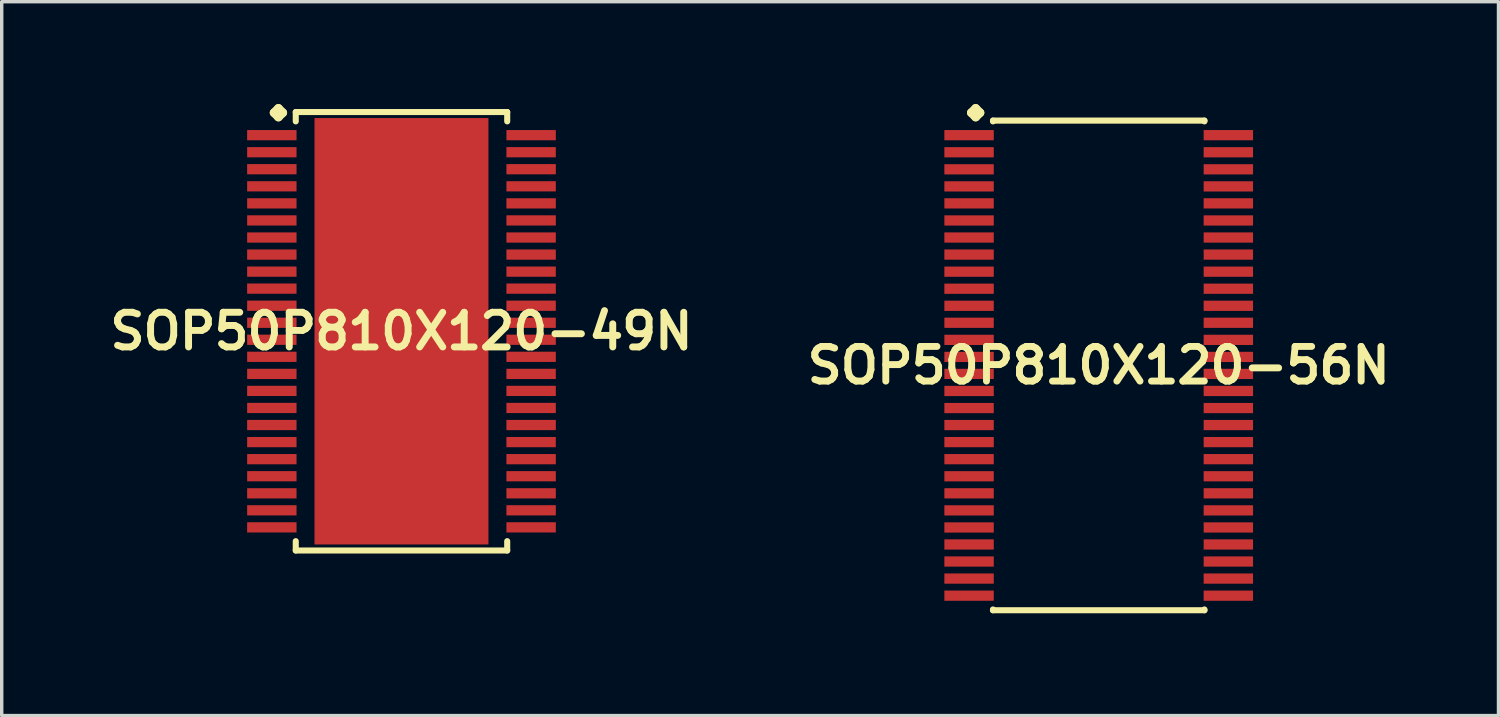
<source format=kicad_pcb>
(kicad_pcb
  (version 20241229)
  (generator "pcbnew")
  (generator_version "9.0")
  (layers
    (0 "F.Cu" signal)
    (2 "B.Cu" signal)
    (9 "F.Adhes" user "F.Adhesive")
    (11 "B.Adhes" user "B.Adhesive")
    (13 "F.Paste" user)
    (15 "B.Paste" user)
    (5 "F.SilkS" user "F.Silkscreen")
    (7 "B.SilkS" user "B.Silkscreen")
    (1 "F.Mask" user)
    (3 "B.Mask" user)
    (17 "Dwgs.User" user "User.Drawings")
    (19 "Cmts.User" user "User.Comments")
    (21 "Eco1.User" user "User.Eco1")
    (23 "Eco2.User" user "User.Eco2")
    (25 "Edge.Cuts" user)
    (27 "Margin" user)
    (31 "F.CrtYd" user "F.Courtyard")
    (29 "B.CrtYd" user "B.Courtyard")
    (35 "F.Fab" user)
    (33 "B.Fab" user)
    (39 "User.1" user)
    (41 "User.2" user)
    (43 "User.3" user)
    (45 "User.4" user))
  (footprint "SOP50P810X120-49N"
    (layer "F.Cu")
    (at 8.718 6.66)
    (property "Reference" "SOP50P810X120-49N" (at 0 0 0) (layer "F.SilkS") (effects (font (size 1.016 1.016) (thickness 0.203))))
    (attr smd)
    (fp_line (start -3.734 -6.406) (end -3.607 -6.533) (stroke (width 0.254) (type solid)) (layer "F.SilkS"))
    (fp_line (start -3.607 -6.533) (end -3.48 -6.406) (stroke (width 0.254) (type solid)) (layer "F.SilkS"))
    (fp_line (start -3.607 -6.279) (end -3.734 -6.406) (stroke (width 0.254) (type solid)) (layer "F.SilkS"))
    (fp_line (start -3.48 -6.406) (end -3.607 -6.279) (stroke (width 0.254) (type solid)) (layer "F.SilkS"))
    (fp_line (start -3.099 -6.426) (end 3.099 -6.426) (stroke (width 0.178) (type solid)) (layer "F.SilkS"))
    (fp_line (start -3.099 -6.152) (end -3.099 -6.426) (stroke (width 0.178) (type solid)) (layer "F.SilkS"))
    (fp_line (start -3.099 6.152) (end -3.099 6.426) (stroke (width 0.178) (type solid)) (layer "F.SilkS"))
    (fp_line (start -3.099 6.426) (end 3.099 6.426) (stroke (width 0.178) (type solid)) (layer "F.SilkS"))
    (fp_line (start 3.099 -6.426) (end 3.099 -6.152) (stroke (width 0.178) (type solid)) (layer "F.SilkS"))
    (fp_line (start 3.099 6.426) (end 3.099 6.152) (stroke (width 0.178) (type solid)) (layer "F.SilkS"))
    (pad "1" smd rect (at -3.8 -5.748) (size 1.448 0.3) (layers "F.Cu" "F.Mask" "F.Paste"))
    (pad "2" smd rect (at -3.8 -5.248) (size 1.448 0.3) (layers "F.Cu" "F.Mask" "F.Paste"))
    (pad "3" smd rect (at -3.8 -4.75) (size 1.448 0.3) (layers "F.Cu" "F.Mask" "F.Paste"))
    (pad "4" smd rect (at -3.8 -4.249) (size 1.448 0.3) (layers "F.Cu" "F.Mask" "F.Paste"))
    (pad "5" smd rect (at -3.8 -3.749) (size 1.448 0.3) (layers "F.Cu" "F.Mask" "F.Paste"))
    (pad "6" smd rect (at -3.8 -3.249) (size 1.448 0.3) (layers "F.Cu" "F.Mask" "F.Paste"))
    (pad "7" smd rect (at -3.8 -2.748) (size 1.448 0.3) (layers "F.Cu" "F.Mask" "F.Paste"))
    (pad "8" smd rect (at -3.8 -2.248) (size 1.448 0.3) (layers "F.Cu" "F.Mask" "F.Paste"))
    (pad "9" smd rect (at -3.8 -1.748) (size 1.448 0.3) (layers "F.Cu" "F.Mask" "F.Paste"))
    (pad "10" smd rect (at -3.8 -1.25) (size 1.448 0.3) (layers "F.Cu" "F.Mask" "F.Paste"))
    (pad "11" smd rect (at -3.8 -0.749) (size 1.448 0.3) (layers "F.Cu" "F.Mask" "F.Paste"))
    (pad "12" smd rect (at -3.8 -0.249) (size 1.448 0.3) (layers "F.Cu" "F.Mask" "F.Paste"))
    (pad "13" smd rect (at -3.8 0.249) (size 1.448 0.3) (layers "F.Cu" "F.Mask" "F.Paste"))
    (pad "14" smd rect (at -3.8 0.749) (size 1.448 0.3) (layers "F.Cu" "F.Mask" "F.Paste"))
    (pad "15" smd rect (at -3.8 1.25) (size 1.448 0.3) (layers "F.Cu" "F.Mask" "F.Paste"))
    (pad "16" smd rect (at -3.8 1.748) (size 1.448 0.3) (layers "F.Cu" "F.Mask" "F.Paste"))
    (pad "17" smd rect (at -3.8 2.248) (size 1.448 0.3) (layers "F.Cu" "F.Mask" "F.Paste"))
    (pad "18" smd rect (at -3.8 2.748) (size 1.448 0.3) (layers "F.Cu" "F.Mask" "F.Paste"))
    (pad "19" smd rect (at -3.8 3.249) (size 1.448 0.3) (layers "F.Cu" "F.Mask" "F.Paste"))
    (pad "20" smd rect (at -3.8 3.749) (size 1.448 0.3) (layers "F.Cu" "F.Mask" "F.Paste"))
    (pad "21" smd rect (at -3.8 4.249) (size 1.448 0.3) (layers "F.Cu" "F.Mask" "F.Paste"))
    (pad "22" smd rect (at -3.8 4.75) (size 1.448 0.3) (layers "F.Cu" "F.Mask" "F.Paste"))
    (pad "23" smd rect (at -3.8 5.248) (size 1.448 0.3) (layers "F.Cu" "F.Mask" "F.Paste"))
    (pad "24" smd rect (at -3.8 5.748) (size 1.448 0.3) (layers "F.Cu" "F.Mask" "F.Paste"))
    (pad "25" smd rect (at 3.8 5.748) (size 1.448 0.3) (layers "F.Cu" "F.Mask" "F.Paste"))
    (pad "26" smd rect (at 3.8 5.248) (size 1.448 0.3) (layers "F.Cu" "F.Mask" "F.Paste"))
    (pad "27" smd rect (at 3.8 4.75) (size 1.448 0.3) (layers "F.Cu" "F.Mask" "F.Paste"))
    (pad "28" smd rect (at 3.8 4.249) (size 1.448 0.3) (layers "F.Cu" "F.Mask" "F.Paste"))
    (pad "29" smd rect (at 3.8 3.749) (size 1.448 0.3) (layers "F.Cu" "F.Mask" "F.Paste"))
    (pad "30" smd rect (at 3.8 3.249) (size 1.448 0.3) (layers "F.Cu" "F.Mask" "F.Paste"))
    (pad "31" smd rect (at 3.8 2.748) (size 1.448 0.3) (layers "F.Cu" "F.Mask" "F.Paste"))
    (pad "32" smd rect (at 3.8 2.248) (size 1.448 0.3) (layers "F.Cu" "F.Mask" "F.Paste"))
    (pad "33" smd rect (at 3.8 1.748) (size 1.448 0.3) (layers "F.Cu" "F.Mask" "F.Paste"))
    (pad "34" smd rect (at 3.8 1.25) (size 1.448 0.3) (layers "F.Cu" "F.Mask" "F.Paste"))
    (pad "35" smd rect (at 3.8 0.749) (size 1.448 0.3) (layers "F.Cu" "F.Mask" "F.Paste"))
    (pad "36" smd rect (at 3.8 0.249) (size 1.448 0.3) (layers "F.Cu" "F.Mask" "F.Paste"))
    (pad "37" smd rect (at 3.8 -0.249) (size 1.448 0.3) (layers "F.Cu" "F.Mask" "F.Paste"))
    (pad "38" smd rect (at 3.8 -0.749) (size 1.448 0.3) (layers "F.Cu" "F.Mask" "F.Paste"))
    (pad "39" smd rect (at 3.8 -1.25) (size 1.448 0.3) (layers "F.Cu" "F.Mask" "F.Paste"))
    (pad "40" smd rect (at 3.8 -1.748) (size 1.448 0.3) (layers "F.Cu" "F.Mask" "F.Paste"))
    (pad "41" smd rect (at 3.8 -2.248) (size 1.448 0.3) (layers "F.Cu" "F.Mask" "F.Paste"))
    (pad "42" smd rect (at 3.8 -2.748) (size 1.448 0.3) (layers "F.Cu" "F.Mask" "F.Paste"))
    (pad "43" smd rect (at 3.8 -3.249) (size 1.448 0.3) (layers "F.Cu" "F.Mask" "F.Paste"))
    (pad "44" smd rect (at 3.8 -3.749) (size 1.448 0.3) (layers "F.Cu" "F.Mask" "F.Paste"))
    (pad "45" smd rect (at 3.8 -4.249) (size 1.448 0.3) (layers "F.Cu" "F.Mask" "F.Paste"))
    (pad "46" smd rect (at 3.8 -4.75) (size 1.448 0.3) (layers "F.Cu" "F.Mask" "F.Paste"))
    (pad "47" smd rect (at 3.8 -5.248) (size 1.448 0.3) (layers "F.Cu" "F.Mask" "F.Paste"))
    (pad "48" smd rect (at 3.8 -5.748) (size 1.448 0.3) (layers "F.Cu" "F.Mask" "F.Paste"))
    (pad "49" smd rect (at 0 0) (size 5.098 12.499) (layers "F.Cu" "F.Mask" "F.Paste")))
  (footprint "SOP50P810X120-56N"
    (layer "F.Cu")
    (at 29.155 7.661)
    (property "Reference" "SOP50P810X120-56N" (at 0 0 0) (layer "F.SilkS") (effects (font (size 1.016 1.016) (thickness 0.203))))
    (attr smd)
    (fp_line (start -3.734 -7.407) (end -3.607 -7.534) (stroke (width 0.254) (type solid)) (layer "F.SilkS"))
    (fp_line (start -3.607 -7.534) (end -3.48 -7.407) (stroke (width 0.254) (type solid)) (layer "F.SilkS"))
    (fp_line (start -3.607 -7.28) (end -3.734 -7.407) (stroke (width 0.254) (type solid)) (layer "F.SilkS"))
    (fp_line (start -3.48 -7.407) (end -3.607 -7.28) (stroke (width 0.254) (type solid)) (layer "F.SilkS"))
    (fp_line (start -3.099 -7.176) (end 3.099 -7.176) (stroke (width 0.178) (type solid)) (layer "F.SilkS"))
    (fp_line (start -3.099 -7.153) (end -3.099 -7.176) (stroke (width 0.178) (type solid)) (layer "F.SilkS"))
    (fp_line (start -3.099 7.153) (end -3.099 7.176) (stroke (width 0.178) (type solid)) (layer "F.SilkS"))
    (fp_line (start -3.099 7.176) (end 3.099 7.176) (stroke (width 0.178) (type solid)) (layer "F.SilkS"))
    (fp_line (start 3.099 -7.176) (end 3.099 -7.153) (stroke (width 0.178) (type solid)) (layer "F.SilkS"))
    (fp_line (start 3.099 7.176) (end 3.099 7.153) (stroke (width 0.178) (type solid)) (layer "F.SilkS"))
    (pad "1" smd rect (at -3.8 -6.749) (size 1.448 0.3) (layers "F.Cu" "F.Mask" "F.Paste"))
    (pad "2" smd rect (at -3.8 -6.248) (size 1.448 0.3) (layers "F.Cu" "F.Mask" "F.Paste"))
    (pad "3" smd rect (at -3.8 -5.748) (size 1.448 0.3) (layers "F.Cu" "F.Mask" "F.Paste"))
    (pad "4" smd rect (at -3.8 -5.248) (size 1.448 0.3) (layers "F.Cu" "F.Mask" "F.Paste"))
    (pad "5" smd rect (at -3.8 -4.75) (size 1.448 0.3) (layers "F.Cu" "F.Mask" "F.Paste"))
    (pad "6" smd rect (at -3.8 -4.249) (size 1.448 0.3) (layers "F.Cu" "F.Mask" "F.Paste"))
    (pad "7" smd rect (at -3.8 -3.749) (size 1.448 0.3) (layers "F.Cu" "F.Mask" "F.Paste"))
    (pad "8" smd rect (at -3.8 -3.249) (size 1.448 0.3) (layers "F.Cu" "F.Mask" "F.Paste"))
    (pad "9" smd rect (at -3.8 -2.748) (size 1.448 0.3) (layers "F.Cu" "F.Mask" "F.Paste"))
    (pad "10" smd rect (at -3.8 -2.248) (size 1.448 0.3) (layers "F.Cu" "F.Mask" "F.Paste"))
    (pad "11" smd rect (at -3.8 -1.748) (size 1.448 0.3) (layers "F.Cu" "F.Mask" "F.Paste"))
    (pad "12" smd rect (at -3.8 -1.25) (size 1.448 0.3) (layers "F.Cu" "F.Mask" "F.Paste"))
    (pad "13" smd rect (at -3.8 -0.749) (size 1.448 0.3) (layers "F.Cu" "F.Mask" "F.Paste"))
    (pad "14" smd rect (at -3.8 -0.249) (size 1.448 0.3) (layers "F.Cu" "F.Mask" "F.Paste"))
    (pad "15" smd rect (at -3.8 0.249) (size 1.448 0.3) (layers "F.Cu" "F.Mask" "F.Paste"))
    (pad "16" smd rect (at -3.8 0.749) (size 1.448 0.3) (layers "F.Cu" "F.Mask" "F.Paste"))
    (pad "17" smd rect (at -3.8 1.25) (size 1.448 0.3) (layers "F.Cu" "F.Mask" "F.Paste"))
    (pad "18" smd rect (at -3.8 1.748) (size 1.448 0.3) (layers "F.Cu" "F.Mask" "F.Paste"))
    (pad "19" smd rect (at -3.8 2.248) (size 1.448 0.3) (layers "F.Cu" "F.Mask" "F.Paste"))
    (pad "20" smd rect (at -3.8 2.748) (size 1.448 0.3) (layers "F.Cu" "F.Mask" "F.Paste"))
    (pad "21" smd rect (at -3.8 3.249) (size 1.448 0.3) (layers "F.Cu" "F.Mask" "F.Paste"))
    (pad "22" smd rect (at -3.8 3.749) (size 1.448 0.3) (layers "F.Cu" "F.Mask" "F.Paste"))
    (pad "23" smd rect (at -3.8 4.249) (size 1.448 0.3) (layers "F.Cu" "F.Mask" "F.Paste"))
    (pad "24" smd rect (at -3.8 4.75) (size 1.448 0.3) (layers "F.Cu" "F.Mask" "F.Paste"))
    (pad "25" smd rect (at -3.8 5.248) (size 1.448 0.3) (layers "F.Cu" "F.Mask" "F.Paste"))
    (pad "26" smd rect (at -3.8 5.748) (size 1.448 0.3) (layers "F.Cu" "F.Mask" "F.Paste"))
    (pad "27" smd rect (at -3.8 6.248) (size 1.448 0.3) (layers "F.Cu" "F.Mask" "F.Paste"))
    (pad "28" smd rect (at -3.8 6.749) (size 1.448 0.3) (layers "F.Cu" "F.Mask" "F.Paste"))
    (pad "29" smd rect (at 3.8 6.749) (size 1.448 0.3) (layers "F.Cu" "F.Mask" "F.Paste"))
    (pad "30" smd rect (at 3.8 6.248) (size 1.448 0.3) (layers "F.Cu" "F.Mask" "F.Paste"))
    (pad "31" smd rect (at 3.8 5.748) (size 1.448 0.3) (layers "F.Cu" "F.Mask" "F.Paste"))
    (pad "32" smd rect (at 3.8 5.248) (size 1.448 0.3) (layers "F.Cu" "F.Mask" "F.Paste"))
    (pad "33" smd rect (at 3.8 4.75) (size 1.448 0.3) (layers "F.Cu" "F.Mask" "F.Paste"))
    (pad "34" smd rect (at 3.8 4.249) (size 1.448 0.3) (layers "F.Cu" "F.Mask" "F.Paste"))
    (pad "35" smd rect (at 3.8 3.749) (size 1.448 0.3) (layers "F.Cu" "F.Mask" "F.Paste"))
    (pad "36" smd rect (at 3.8 3.249) (size 1.448 0.3) (layers "F.Cu" "F.Mask" "F.Paste"))
    (pad "37" smd rect (at 3.8 2.748) (size 1.448 0.3) (layers "F.Cu" "F.Mask" "F.Paste"))
    (pad "38" smd rect (at 3.8 2.248) (size 1.448 0.3) (layers "F.Cu" "F.Mask" "F.Paste"))
    (pad "39" smd rect (at 3.8 1.748) (size 1.448 0.3) (layers "F.Cu" "F.Mask" "F.Paste"))
    (pad "40" smd rect (at 3.8 1.25) (size 1.448 0.3) (layers "F.Cu" "F.Mask" "F.Paste"))
    (pad "41" smd rect (at 3.8 0.749) (size 1.448 0.3) (layers "F.Cu" "F.Mask" "F.Paste"))
    (pad "42" smd rect (at 3.8 0.249) (size 1.448 0.3) (layers "F.Cu" "F.Mask" "F.Paste"))
    (pad "43" smd rect (at 3.8 -0.249) (size 1.448 0.3) (layers "F.Cu" "F.Mask" "F.Paste"))
    (pad "44" smd rect (at 3.8 -0.749) (size 1.448 0.3) (layers "F.Cu" "F.Mask" "F.Paste"))
    (pad "45" smd rect (at 3.8 -1.25) (size 1.448 0.3) (layers "F.Cu" "F.Mask" "F.Paste"))
    (pad "46" smd rect (at 3.8 -1.748) (size 1.448 0.3) (layers "F.Cu" "F.Mask" "F.Paste"))
    (pad "47" smd rect (at 3.8 -2.248) (size 1.448 0.3) (layers "F.Cu" "F.Mask" "F.Paste"))
    (pad "48" smd rect (at 3.8 -2.748) (size 1.448 0.3) (layers "F.Cu" "F.Mask" "F.Paste"))
    (pad "49" smd rect (at 3.8 -3.249) (size 1.448 0.3) (layers "F.Cu" "F.Mask" "F.Paste"))
    (pad "50" smd rect (at 3.8 -3.749) (size 1.448 0.3) (layers "F.Cu" "F.Mask" "F.Paste"))
    (pad "51" smd rect (at 3.8 -4.249) (size 1.448 0.3) (layers "F.Cu" "F.Mask" "F.Paste"))
    (pad "52" smd rect (at 3.8 -4.75) (size 1.448 0.3) (layers "F.Cu" "F.Mask" "F.Paste"))
    (pad "53" smd rect (at 3.8 -5.248) (size 1.448 0.3) (layers "F.Cu" "F.Mask" "F.Paste"))
    (pad "54" smd rect (at 3.8 -5.748) (size 1.448 0.3) (layers "F.Cu" "F.Mask" "F.Paste"))
    (pad "55" smd rect (at 3.8 -6.248) (size 1.448 0.3) (layers "F.Cu" "F.Mask" "F.Paste"))
    (pad "56" smd rect (at 3.8 -6.749) (size 1.448 0.3) (layers "F.Cu" "F.Mask" "F.Paste")))
  (gr_rect
    (start -3 -3)
    (end 40.873 17.925)
    (stroke (width 0.1) (type default))
    (fill no)
    (layer "Edge.Cuts")))
</source>
